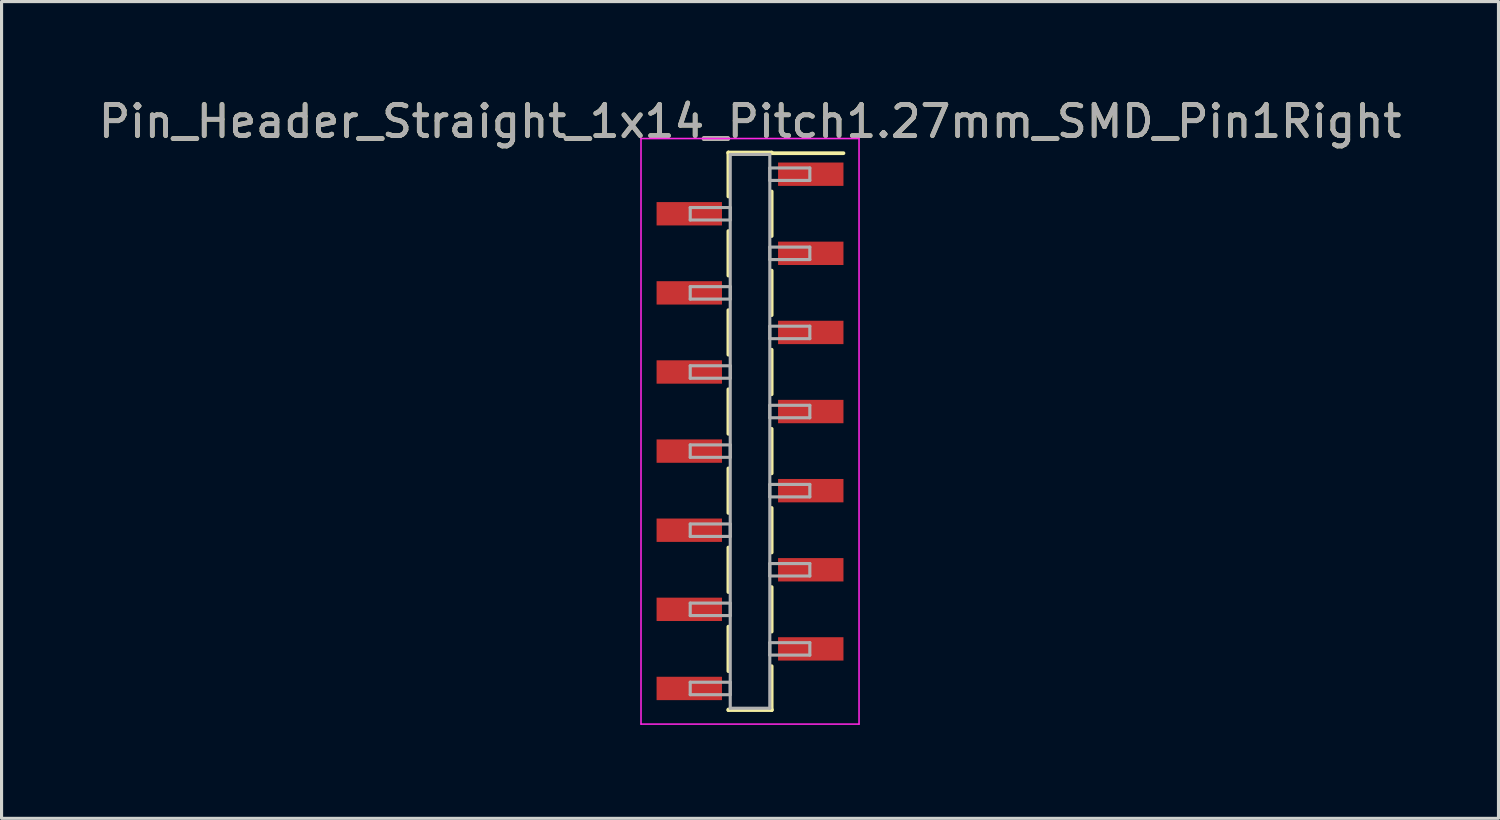
<source format=kicad_pcb>
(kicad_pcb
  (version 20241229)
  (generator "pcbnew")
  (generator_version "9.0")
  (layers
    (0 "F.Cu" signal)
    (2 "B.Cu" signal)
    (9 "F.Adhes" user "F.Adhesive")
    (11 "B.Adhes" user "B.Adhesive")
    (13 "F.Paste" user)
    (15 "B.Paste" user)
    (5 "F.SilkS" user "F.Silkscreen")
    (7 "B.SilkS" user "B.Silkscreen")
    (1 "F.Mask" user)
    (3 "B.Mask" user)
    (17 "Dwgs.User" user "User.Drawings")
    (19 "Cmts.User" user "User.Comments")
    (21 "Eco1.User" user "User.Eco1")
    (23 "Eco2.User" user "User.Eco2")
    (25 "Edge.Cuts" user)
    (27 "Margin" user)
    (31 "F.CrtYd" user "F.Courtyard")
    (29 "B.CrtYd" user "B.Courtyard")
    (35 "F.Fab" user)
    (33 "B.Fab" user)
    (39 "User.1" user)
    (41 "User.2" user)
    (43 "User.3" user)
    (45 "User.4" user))
  (footprint "Pin_Header_Straight_1x14_Pitch1.27mm_SMD_Pin1Right"
    (layer "F.Cu")
    (at 21.03 10.798)
    (property "Reference" "Pin_Header_Straight_1x14_Pitch1.27mm_SMD_Pin1Right" (at 0 -9.95 0) (layer "F.SilkS") (effects (font (size 1 1) (thickness 0.15))))
    (attr smd)
    (fp_line (start -0.695 -8.95) (end -0.695 -7.54) (stroke (width 0.12) (type solid)) (layer "F.SilkS"))
    (fp_line (start -0.695 -8.95) (end 0.695 -8.95) (stroke (width 0.12) (type solid)) (layer "F.SilkS"))
    (fp_line (start -0.695 -8.93) (end -0.695 -8.95) (stroke (width 0.12) (type solid)) (layer "F.SilkS"))
    (fp_line (start -0.695 -6.43) (end -0.695 -5) (stroke (width 0.12) (type solid)) (layer "F.SilkS"))
    (fp_line (start -0.695 -3.89) (end -0.695 -2.46) (stroke (width 0.12) (type solid)) (layer "F.SilkS"))
    (fp_line (start -0.695 -1.35) (end -0.695 0.08) (stroke (width 0.12) (type solid)) (layer "F.SilkS"))
    (fp_line (start -0.695 1.19) (end -0.695 2.62) (stroke (width 0.12) (type solid)) (layer "F.SilkS"))
    (fp_line (start -0.695 3.73) (end -0.695 5.16) (stroke (width 0.12) (type solid)) (layer "F.SilkS"))
    (fp_line (start -0.695 6.27) (end -0.695 7.7) (stroke (width 0.12) (type solid)) (layer "F.SilkS"))
    (fp_line (start -0.695 8.93) (end -0.695 8.95) (stroke (width 0.12) (type solid)) (layer "F.SilkS"))
    (fp_line (start -0.695 8.95) (end 0.695 8.95) (stroke (width 0.12) (type solid)) (layer "F.SilkS"))
    (fp_line (start 0.695 -8.95) (end 0.695 -8.93) (stroke (width 0.12) (type solid)) (layer "F.SilkS"))
    (fp_line (start 0.695 -8.93) (end 3 -8.93) (stroke (width 0.12) (type solid)) (layer "F.SilkS"))
    (fp_line (start 0.695 -7.7) (end 0.695 -6.27) (stroke (width 0.12) (type solid)) (layer "F.SilkS"))
    (fp_line (start 0.695 -5.16) (end 0.695 -3.73) (stroke (width 0.12) (type solid)) (layer "F.SilkS"))
    (fp_line (start 0.695 -2.62) (end 0.695 -1.19) (stroke (width 0.12) (type solid)) (layer "F.SilkS"))
    (fp_line (start 0.695 -0.08) (end 0.695 1.35) (stroke (width 0.12) (type solid)) (layer "F.SilkS"))
    (fp_line (start 0.695 2.46) (end 0.695 3.89) (stroke (width 0.12) (type solid)) (layer "F.SilkS"))
    (fp_line (start 0.695 5) (end 0.695 6.43) (stroke (width 0.12) (type solid)) (layer "F.SilkS"))
    (fp_line (start 0.695 7.54) (end 0.695 8.95) (stroke (width 0.12) (type solid)) (layer "F.SilkS"))
    (fp_line (start 0.695 8.95) (end 0.695 8.93) (stroke (width 0.12) (type solid)) (layer "F.SilkS"))
    (fp_line (start -3.5 -9.4) (end -3.5 9.4) (stroke (width 0.05) (type solid)) (layer "F.CrtYd"))
    (fp_line (start -3.5 9.4) (end 3.5 9.4) (stroke (width 0.05) (type solid)) (layer "F.CrtYd"))
    (fp_line (start 3.5 -9.4) (end -3.5 -9.4) (stroke (width 0.05) (type solid)) (layer "F.CrtYd"))
    (fp_line (start 3.5 9.4) (end 3.5 -9.4) (stroke (width 0.05) (type solid)) (layer "F.CrtYd"))
    (fp_line (start -1.92 -7.185) (end -0.635 -7.185) (stroke (width 0.1) (type solid)) (layer "F.Fab"))
    (fp_line (start -1.92 -6.785) (end -1.92 -7.185) (stroke (width 0.1) (type solid)) (layer "F.Fab"))
    (fp_line (start -1.92 -4.645) (end -0.635 -4.645) (stroke (width 0.1) (type solid)) (layer "F.Fab"))
    (fp_line (start -1.92 -4.245) (end -1.92 -4.645) (stroke (width 0.1) (type solid)) (layer "F.Fab"))
    (fp_line (start -1.92 -2.105) (end -0.635 -2.105) (stroke (width 0.1) (type solid)) (layer "F.Fab"))
    (fp_line (start -1.92 -1.705) (end -1.92 -2.105) (stroke (width 0.1) (type solid)) (layer "F.Fab"))
    (fp_line (start -1.92 0.435) (end -0.635 0.435) (stroke (width 0.1) (type solid)) (layer "F.Fab"))
    (fp_line (start -1.92 0.835) (end -1.92 0.435) (stroke (width 0.1) (type solid)) (layer "F.Fab"))
    (fp_line (start -1.92 2.975) (end -0.635 2.975) (stroke (width 0.1) (type solid)) (layer "F.Fab"))
    (fp_line (start -1.92 3.375) (end -1.92 2.975) (stroke (width 0.1) (type solid)) (layer "F.Fab"))
    (fp_line (start -1.92 5.515) (end -0.635 5.515) (stroke (width 0.1) (type solid)) (layer "F.Fab"))
    (fp_line (start -1.92 5.915) (end -1.92 5.515) (stroke (width 0.1) (type solid)) (layer "F.Fab"))
    (fp_line (start -1.92 8.055) (end -0.635 8.055) (stroke (width 0.1) (type solid)) (layer "F.Fab"))
    (fp_line (start -1.92 8.455) (end -1.92 8.055) (stroke (width 0.1) (type solid)) (layer "F.Fab"))
    (fp_line (start -0.635 -8.89) (end -0.635 8.89) (stroke (width 0.1) (type solid)) (layer "F.Fab"))
    (fp_line (start -0.635 -7.185) (end -0.635 -6.785) (stroke (width 0.1) (type solid)) (layer "F.Fab"))
    (fp_line (start -0.635 -6.785) (end -1.92 -6.785) (stroke (width 0.1) (type solid)) (layer "F.Fab"))
    (fp_line (start -0.635 -4.645) (end -0.635 -4.245) (stroke (width 0.1) (type solid)) (layer "F.Fab"))
    (fp_line (start -0.635 -4.245) (end -1.92 -4.245) (stroke (width 0.1) (type solid)) (layer "F.Fab"))
    (fp_line (start -0.635 -2.105) (end -0.635 -1.705) (stroke (width 0.1) (type solid)) (layer "F.Fab"))
    (fp_line (start -0.635 -1.705) (end -1.92 -1.705) (stroke (width 0.1) (type solid)) (layer "F.Fab"))
    (fp_line (start -0.635 0.435) (end -0.635 0.835) (stroke (width 0.1) (type solid)) (layer "F.Fab"))
    (fp_line (start -0.635 0.835) (end -1.92 0.835) (stroke (width 0.1) (type solid)) (layer "F.Fab"))
    (fp_line (start -0.635 2.975) (end -0.635 3.375) (stroke (width 0.1) (type solid)) (layer "F.Fab"))
    (fp_line (start -0.635 3.375) (end -1.92 3.375) (stroke (width 0.1) (type solid)) (layer "F.Fab"))
    (fp_line (start -0.635 5.515) (end -0.635 5.915) (stroke (width 0.1) (type solid)) (layer "F.Fab"))
    (fp_line (start -0.635 5.915) (end -1.92 5.915) (stroke (width 0.1) (type solid)) (layer "F.Fab"))
    (fp_line (start -0.635 8.055) (end -0.635 8.455) (stroke (width 0.1) (type solid)) (layer "F.Fab"))
    (fp_line (start -0.635 8.455) (end -1.92 8.455) (stroke (width 0.1) (type solid)) (layer "F.Fab"))
    (fp_line (start -0.635 8.89) (end 0.635 8.89) (stroke (width 0.1) (type solid)) (layer "F.Fab"))
    (fp_line (start 0.635 -8.89) (end -0.635 -8.89) (stroke (width 0.1) (type solid)) (layer "F.Fab"))
    (fp_line (start 0.635 -8.455) (end 0.635 -8.055) (stroke (width 0.1) (type solid)) (layer "F.Fab"))
    (fp_line (start 0.635 -8.055) (end 1.92 -8.055) (stroke (width 0.1) (type solid)) (layer "F.Fab"))
    (fp_line (start 0.635 -5.915) (end 0.635 -5.515) (stroke (width 0.1) (type solid)) (layer "F.Fab"))
    (fp_line (start 0.635 -5.515) (end 1.92 -5.515) (stroke (width 0.1) (type solid)) (layer "F.Fab"))
    (fp_line (start 0.635 -3.375) (end 0.635 -2.975) (stroke (width 0.1) (type solid)) (layer "F.Fab"))
    (fp_line (start 0.635 -2.975) (end 1.92 -2.975) (stroke (width 0.1) (type solid)) (layer "F.Fab"))
    (fp_line (start 0.635 -0.835) (end 0.635 -0.435) (stroke (width 0.1) (type solid)) (layer "F.Fab"))
    (fp_line (start 0.635 -0.435) (end 1.92 -0.435) (stroke (width 0.1) (type solid)) (layer "F.Fab"))
    (fp_line (start 0.635 1.705) (end 0.635 2.105) (stroke (width 0.1) (type solid)) (layer "F.Fab"))
    (fp_line (start 0.635 2.105) (end 1.92 2.105) (stroke (width 0.1) (type solid)) (layer "F.Fab"))
    (fp_line (start 0.635 4.245) (end 0.635 4.645) (stroke (width 0.1) (type solid)) (layer "F.Fab"))
    (fp_line (start 0.635 4.645) (end 1.92 4.645) (stroke (width 0.1) (type solid)) (layer "F.Fab"))
    (fp_line (start 0.635 6.785) (end 0.635 7.185) (stroke (width 0.1) (type solid)) (layer "F.Fab"))
    (fp_line (start 0.635 7.185) (end 1.92 7.185) (stroke (width 0.1) (type solid)) (layer "F.Fab"))
    (fp_line (start 0.635 8.89) (end 0.635 -8.89) (stroke (width 0.1) (type solid)) (layer "F.Fab"))
    (fp_line (start 1.92 -8.455) (end 0.635 -8.455) (stroke (width 0.1) (type solid)) (layer "F.Fab"))
    (fp_line (start 1.92 -8.055) (end 1.92 -8.455) (stroke (width 0.1) (type solid)) (layer "F.Fab"))
    (fp_line (start 1.92 -5.915) (end 0.635 -5.915) (stroke (width 0.1) (type solid)) (layer "F.Fab"))
    (fp_line (start 1.92 -5.515) (end 1.92 -5.915) (stroke (width 0.1) (type solid)) (layer "F.Fab"))
    (fp_line (start 1.92 -3.375) (end 0.635 -3.375) (stroke (width 0.1) (type solid)) (layer "F.Fab"))
    (fp_line (start 1.92 -2.975) (end 1.92 -3.375) (stroke (width 0.1) (type solid)) (layer "F.Fab"))
    (fp_line (start 1.92 -0.835) (end 0.635 -0.835) (stroke (width 0.1) (type solid)) (layer "F.Fab"))
    (fp_line (start 1.92 -0.435) (end 1.92 -0.835) (stroke (width 0.1) (type solid)) (layer "F.Fab"))
    (fp_line (start 1.92 1.705) (end 0.635 1.705) (stroke (width 0.1) (type solid)) (layer "F.Fab"))
    (fp_line (start 1.92 2.105) (end 1.92 1.705) (stroke (width 0.1) (type solid)) (layer "F.Fab"))
    (fp_line (start 1.92 4.245) (end 0.635 4.245) (stroke (width 0.1) (type solid)) (layer "F.Fab"))
    (fp_line (start 1.92 4.645) (end 1.92 4.245) (stroke (width 0.1) (type solid)) (layer "F.Fab"))
    (fp_line (start 1.92 6.785) (end 0.635 6.785) (stroke (width 0.1) (type solid)) (layer "F.Fab"))
    (fp_line (start 1.92 7.185) (end 1.92 6.785) (stroke (width 0.1) (type solid)) (layer "F.Fab"))
    (fp_text user "${REFERENCE}" (at 0 -9.95 0) (layer "F.Fab") (effects (font (size 1 1) (thickness 0.15))))
    (pad "1" smd rect (at 1.95 -8.255) (size 2.1 0.75) (layers "F.Cu" "F.Mask" "F.Paste"))
    (pad "2" smd rect (at -1.95 -6.985) (size 2.1 0.75) (layers "F.Cu" "F.Mask" "F.Paste"))
    (pad "3" smd rect (at 1.95 -5.715) (size 2.1 0.75) (layers "F.Cu" "F.Mask" "F.Paste"))
    (pad "4" smd rect (at -1.95 -4.445) (size 2.1 0.75) (layers "F.Cu" "F.Mask" "F.Paste"))
    (pad "5" smd rect (at 1.95 -3.175) (size 2.1 0.75) (layers "F.Cu" "F.Mask" "F.Paste"))
    (pad "6" smd rect (at -1.95 -1.905) (size 2.1 0.75) (layers "F.Cu" "F.Mask" "F.Paste"))
    (pad "7" smd rect (at 1.95 -0.635) (size 2.1 0.75) (layers "F.Cu" "F.Mask" "F.Paste"))
    (pad "8" smd rect (at -1.95 0.635) (size 2.1 0.75) (layers "F.Cu" "F.Mask" "F.Paste"))
    (pad "9" smd rect (at 1.95 1.905) (size 2.1 0.75) (layers "F.Cu" "F.Mask" "F.Paste"))
    (pad "10" smd rect (at -1.95 3.175) (size 2.1 0.75) (layers "F.Cu" "F.Mask" "F.Paste"))
    (pad "11" smd rect (at 1.95 4.445) (size 2.1 0.75) (layers "F.Cu" "F.Mask" "F.Paste"))
    (pad "12" smd rect (at -1.95 5.715) (size 2.1 0.75) (layers "F.Cu" "F.Mask" "F.Paste"))
    (pad "13" smd rect (at 1.95 6.985) (size 2.1 0.75) (layers "F.Cu" "F.Mask" "F.Paste"))
    (pad "14" smd rect (at -1.95 8.255) (size 2.1 0.75) (layers "F.Cu" "F.Mask" "F.Paste")))
  (gr_rect
    (start -3 -3)
    (end 45.06 23.223)
    (stroke (width 0.1) (type default))
    (fill no)
    (layer "Edge.Cuts")))
</source>
